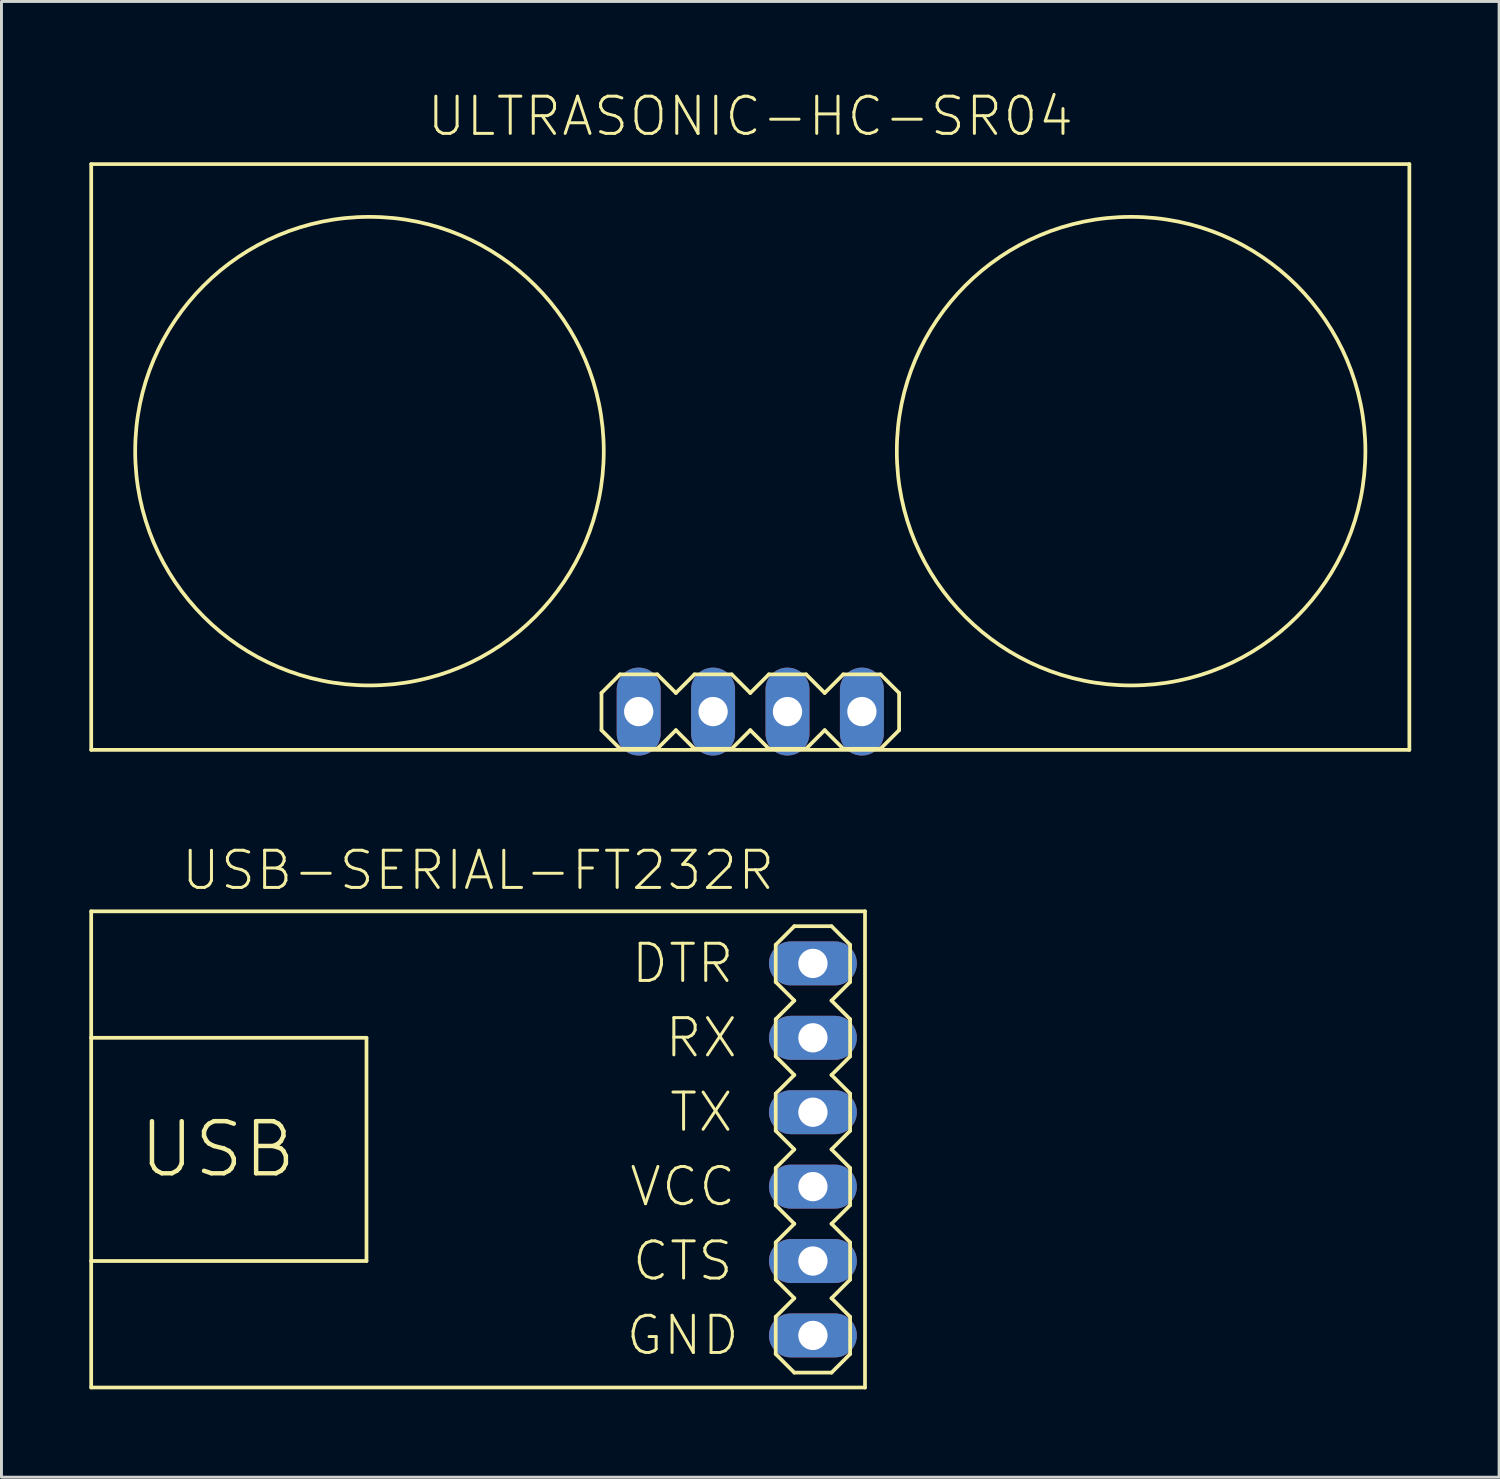
<source format=kicad_pcb>
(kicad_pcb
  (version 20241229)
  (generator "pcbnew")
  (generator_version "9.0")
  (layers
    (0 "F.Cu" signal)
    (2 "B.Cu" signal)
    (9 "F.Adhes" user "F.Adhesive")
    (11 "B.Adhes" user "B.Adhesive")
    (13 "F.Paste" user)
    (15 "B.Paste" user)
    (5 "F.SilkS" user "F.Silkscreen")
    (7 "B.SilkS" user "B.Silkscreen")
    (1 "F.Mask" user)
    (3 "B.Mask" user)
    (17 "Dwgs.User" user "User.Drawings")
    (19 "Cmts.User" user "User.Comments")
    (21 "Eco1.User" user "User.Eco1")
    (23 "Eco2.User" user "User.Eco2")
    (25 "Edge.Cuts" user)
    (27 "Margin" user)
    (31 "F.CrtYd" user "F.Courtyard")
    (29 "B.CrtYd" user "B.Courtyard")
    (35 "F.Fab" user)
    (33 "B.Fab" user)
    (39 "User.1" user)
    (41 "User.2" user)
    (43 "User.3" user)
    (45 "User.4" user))
  (footprint "ULTRASONIC-HC-SR04"
    (layer "F.Cu")
    (at 22.563 12.351)
    (property "Reference" "ULTRASONIC-HC-SR04" (at 0 -11.43 0) (layer "F.SilkS") (effects (font (size 1.27 1.27) (thickness 0.102))))
    (attr exclude_from_pos_files exclude_from_bom)
    (fp_line (start -22.499 -9.799) (end 22.499 -9.799) (stroke (width 0.127) (type solid)) (layer "F.SilkS"))
    (fp_line (start -22.499 10.198) (end -22.499 -9.799) (stroke (width 0.127) (type solid)) (layer "F.SilkS"))
    (fp_line (start -5.08 8.255) (end -4.445 7.62) (stroke (width 0.127) (type solid)) (layer "F.SilkS"))
    (fp_line (start -5.08 9.525) (end -5.08 8.255) (stroke (width 0.127) (type solid)) (layer "F.SilkS"))
    (fp_line (start -4.445 7.62) (end -3.175 7.62) (stroke (width 0.127) (type solid)) (layer "F.SilkS"))
    (fp_line (start -4.445 10.16) (end -5.08 9.525) (stroke (width 0.127) (type solid)) (layer "F.SilkS"))
    (fp_line (start -3.175 7.62) (end -2.54 8.255) (stroke (width 0.127) (type solid)) (layer "F.SilkS"))
    (fp_line (start -3.175 10.16) (end -4.445 10.16) (stroke (width 0.127) (type solid)) (layer "F.SilkS"))
    (fp_line (start -2.54 8.255) (end -1.905 7.62) (stroke (width 0.127) (type solid)) (layer "F.SilkS"))
    (fp_line (start -2.54 9.525) (end -3.175 10.16) (stroke (width 0.127) (type solid)) (layer "F.SilkS"))
    (fp_line (start -1.905 7.62) (end -0.635 7.62) (stroke (width 0.127) (type solid)) (layer "F.SilkS"))
    (fp_line (start -1.905 10.16) (end -2.54 9.525) (stroke (width 0.127) (type solid)) (layer "F.SilkS"))
    (fp_line (start -0.635 7.62) (end 0 8.255) (stroke (width 0.127) (type solid)) (layer "F.SilkS"))
    (fp_line (start -0.635 10.16) (end -1.905 10.16) (stroke (width 0.127) (type solid)) (layer "F.SilkS"))
    (fp_line (start 0 8.255) (end 0.635 7.62) (stroke (width 0.127) (type solid)) (layer "F.SilkS"))
    (fp_line (start 0 9.525) (end -0.635 10.16) (stroke (width 0.127) (type solid)) (layer "F.SilkS"))
    (fp_line (start 0.635 7.62) (end 1.905 7.62) (stroke (width 0.127) (type solid)) (layer "F.SilkS"))
    (fp_line (start 0.635 10.16) (end 0 9.525) (stroke (width 0.127) (type solid)) (layer "F.SilkS"))
    (fp_line (start 1.905 7.62) (end 2.54 8.255) (stroke (width 0.127) (type solid)) (layer "F.SilkS"))
    (fp_line (start 1.905 10.16) (end 0.635 10.16) (stroke (width 0.127) (type solid)) (layer "F.SilkS"))
    (fp_line (start 2.54 8.255) (end 3.175 7.62) (stroke (width 0.127) (type solid)) (layer "F.SilkS"))
    (fp_line (start 2.54 9.525) (end 1.905 10.16) (stroke (width 0.127) (type solid)) (layer "F.SilkS"))
    (fp_line (start 3.175 7.62) (end 4.445 7.62) (stroke (width 0.127) (type solid)) (layer "F.SilkS"))
    (fp_line (start 3.175 10.16) (end 2.54 9.525) (stroke (width 0.127) (type solid)) (layer "F.SilkS"))
    (fp_line (start 4.445 7.62) (end 5.08 8.255) (stroke (width 0.127) (type solid)) (layer "F.SilkS"))
    (fp_line (start 4.445 10.16) (end 3.175 10.16) (stroke (width 0.127) (type solid)) (layer "F.SilkS"))
    (fp_line (start 5.08 8.255) (end 5.08 9.525) (stroke (width 0.127) (type solid)) (layer "F.SilkS"))
    (fp_line (start 5.08 9.525) (end 4.445 10.16) (stroke (width 0.127) (type solid)) (layer "F.SilkS"))
    (fp_line (start 22.499 -9.799) (end 22.499 10.198) (stroke (width 0.127) (type solid)) (layer "F.SilkS"))
    (fp_line (start 22.499 10.198) (end -22.499 10.198) (stroke (width 0.127) (type solid)) (layer "F.SilkS"))
    (fp_circle (center -13 0) (end -13 -7.998) (stroke (width 0.127) (type solid)) (fill no) (layer "F.SilkS"))
    (fp_circle (center 13 0) (end 13 -7.998) (stroke (width 0.127) (type solid)) (fill no) (layer "F.SilkS"))
    (pad "1" thru_hole oval (at -3.81 8.89 180) (size 1.5 3) (drill 1) (layers "*.Cu" "*.Paste" "*.Mask"))
    (pad "2" thru_hole oval (at -1.27 8.89 180) (size 1.5 3) (drill 1) (layers "*.Cu" "*.Paste" "*.Mask"))
    (pad "3" thru_hole oval (at 1.27 8.89 180) (size 1.5 3) (drill 1) (layers "*.Cu" "*.Paste" "*.Mask"))
    (pad "4" thru_hole oval (at 3.81 8.89 180) (size 1.5 3) (drill 1) (layers "*.Cu" "*.Paste" "*.Mask")))
  (footprint "USB-SERIAL-FT232R"
    (layer "F.Cu")
    (at 13.271 36.188)
    (property "Reference" "USB-SERIAL-FT232R" (at 0 -9.525 0) (layer "F.SilkS") (effects (font (size 1.27 1.27) (thickness 0.102))))
    (attr exclude_from_pos_files exclude_from_bom)
    (fp_line (start -13.208 -8.128) (end -13.208 -3.81) (stroke (width 0.127) (type solid)) (layer "F.SilkS"))
    (fp_line (start -13.208 -8.128) (end 13.208 -8.128) (stroke (width 0.127) (type solid)) (layer "F.SilkS"))
    (fp_line (start -13.208 -3.81) (end -13.208 3.81) (stroke (width 0.127) (type solid)) (layer "F.SilkS"))
    (fp_line (start -13.208 -3.81) (end -3.81 -3.81) (stroke (width 0.127) (type solid)) (layer "F.SilkS"))
    (fp_line (start -13.208 3.81) (end -13.208 8.128) (stroke (width 0.127) (type solid)) (layer "F.SilkS"))
    (fp_line (start -3.81 -3.81) (end -3.81 3.81) (stroke (width 0.127) (type solid)) (layer "F.SilkS"))
    (fp_line (start -3.81 3.81) (end -13.208 3.81) (stroke (width 0.127) (type solid)) (layer "F.SilkS"))
    (fp_line (start 10.16 -6.985) (end 10.795 -7.62) (stroke (width 0.127) (type solid)) (layer "F.SilkS"))
    (fp_line (start 10.16 -5.715) (end 10.16 -6.985) (stroke (width 0.127) (type solid)) (layer "F.SilkS"))
    (fp_line (start 10.16 -4.445) (end 10.795 -5.08) (stroke (width 0.127) (type solid)) (layer "F.SilkS"))
    (fp_line (start 10.16 -3.175) (end 10.16 -4.445) (stroke (width 0.127) (type solid)) (layer "F.SilkS"))
    (fp_line (start 10.16 -1.905) (end 10.795 -2.54) (stroke (width 0.127) (type solid)) (layer "F.SilkS"))
    (fp_line (start 10.16 -0.635) (end 10.16 -1.905) (stroke (width 0.127) (type solid)) (layer "F.SilkS"))
    (fp_line (start 10.16 0.635) (end 10.795 0) (stroke (width 0.127) (type solid)) (layer "F.SilkS"))
    (fp_line (start 10.16 1.905) (end 10.16 0.635) (stroke (width 0.127) (type solid)) (layer "F.SilkS"))
    (fp_line (start 10.16 3.175) (end 10.16 4.445) (stroke (width 0.127) (type solid)) (layer "F.SilkS"))
    (fp_line (start 10.16 4.445) (end 10.795 5.08) (stroke (width 0.127) (type solid)) (layer "F.SilkS"))
    (fp_line (start 10.16 5.715) (end 10.16 6.985) (stroke (width 0.127) (type solid)) (layer "F.SilkS"))
    (fp_line (start 10.16 6.985) (end 10.795 7.62) (stroke (width 0.127) (type solid)) (layer "F.SilkS"))
    (fp_line (start 10.795 -7.62) (end 12.065 -7.62) (stroke (width 0.127) (type solid)) (layer "F.SilkS"))
    (fp_line (start 10.795 -5.08) (end 10.16 -5.715) (stroke (width 0.127) (type solid)) (layer "F.SilkS"))
    (fp_line (start 10.795 -2.54) (end 10.16 -3.175) (stroke (width 0.127) (type solid)) (layer "F.SilkS"))
    (fp_line (start 10.795 0) (end 10.16 -0.635) (stroke (width 0.127) (type solid)) (layer "F.SilkS"))
    (fp_line (start 10.795 2.54) (end 10.16 1.905) (stroke (width 0.127) (type solid)) (layer "F.SilkS"))
    (fp_line (start 10.795 2.54) (end 10.16 3.175) (stroke (width 0.127) (type solid)) (layer "F.SilkS"))
    (fp_line (start 10.795 5.08) (end 10.16 5.715) (stroke (width 0.127) (type solid)) (layer "F.SilkS"))
    (fp_line (start 10.795 7.62) (end 12.065 7.62) (stroke (width 0.127) (type solid)) (layer "F.SilkS"))
    (fp_line (start 12.065 -7.62) (end 12.7 -6.985) (stroke (width 0.127) (type solid)) (layer "F.SilkS"))
    (fp_line (start 12.065 -5.08) (end 12.7 -4.445) (stroke (width 0.127) (type solid)) (layer "F.SilkS"))
    (fp_line (start 12.065 -2.54) (end 12.7 -1.905) (stroke (width 0.127) (type solid)) (layer "F.SilkS"))
    (fp_line (start 12.065 0) (end 12.7 0.635) (stroke (width 0.127) (type solid)) (layer "F.SilkS"))
    (fp_line (start 12.065 5.08) (end 12.7 4.445) (stroke (width 0.127) (type solid)) (layer "F.SilkS"))
    (fp_line (start 12.065 7.62) (end 12.7 6.985) (stroke (width 0.127) (type solid)) (layer "F.SilkS"))
    (fp_line (start 12.7 -6.985) (end 12.7 -5.715) (stroke (width 0.127) (type solid)) (layer "F.SilkS"))
    (fp_line (start 12.7 -5.715) (end 12.065 -5.08) (stroke (width 0.127) (type solid)) (layer "F.SilkS"))
    (fp_line (start 12.7 -4.445) (end 12.7 -3.175) (stroke (width 0.127) (type solid)) (layer "F.SilkS"))
    (fp_line (start 12.7 -3.175) (end 12.065 -2.54) (stroke (width 0.127) (type solid)) (layer "F.SilkS"))
    (fp_line (start 12.7 -1.905) (end 12.7 -0.635) (stroke (width 0.127) (type solid)) (layer "F.SilkS"))
    (fp_line (start 12.7 -0.635) (end 12.065 0) (stroke (width 0.127) (type solid)) (layer "F.SilkS"))
    (fp_line (start 12.7 0.635) (end 12.7 1.905) (stroke (width 0.127) (type solid)) (layer "F.SilkS"))
    (fp_line (start 12.7 1.905) (end 12.065 2.54) (stroke (width 0.127) (type solid)) (layer "F.SilkS"))
    (fp_line (start 12.7 3.175) (end 12.065 2.54) (stroke (width 0.127) (type solid)) (layer "F.SilkS"))
    (fp_line (start 12.7 4.445) (end 12.7 3.175) (stroke (width 0.127) (type solid)) (layer "F.SilkS"))
    (fp_line (start 12.7 5.715) (end 12.065 5.08) (stroke (width 0.127) (type solid)) (layer "F.SilkS"))
    (fp_line (start 12.7 6.985) (end 12.7 5.715) (stroke (width 0.127) (type solid)) (layer "F.SilkS"))
    (fp_line (start 13.208 -8.128) (end 13.208 8.128) (stroke (width 0.127) (type solid)) (layer "F.SilkS"))
    (fp_line (start 13.208 8.128) (end -13.208 8.128) (stroke (width 0.127) (type solid)) (layer "F.SilkS"))
    (fp_text user "VCC" (at 6.985 1.27 0) (layer "F.SilkS") (effects (font (size 1.27 1.27) (thickness 0.102))))
    (fp_text user "TX" (at 7.62 -1.27 0) (layer "F.SilkS") (effects (font (size 1.27 1.27) (thickness 0.102))))
    (fp_text user "CTS" (at 6.985 3.81 0) (layer "F.SilkS") (effects (font (size 1.27 1.27) (thickness 0.102))))
    (fp_text user "RX" (at 7.62 -3.81 0) (layer "F.SilkS") (effects (font (size 1.27 1.27) (thickness 0.102))))
    (fp_text user "GND" (at 6.985 6.35 0) (layer "F.SilkS") (effects (font (size 1.27 1.27) (thickness 0.102))))
    (fp_text user "DTR" (at 6.985 -6.35 0) (layer "F.SilkS") (effects (font (size 1.27 1.27) (thickness 0.102))))
    (fp_text user "USB" (at -8.89 0 0) (layer "F.SilkS") (effects (font (size 1.778 1.778) (thickness 0.152))))
    (pad "1" thru_hole oval (at 11.43 -6.35) (size 3 1.5) (drill 1) (layers "*.Cu" "*.Mask"))
    (pad "2" thru_hole oval (at 11.43 -3.81) (size 3 1.5) (drill 1) (layers "*.Cu" "*.Mask"))
    (pad "3" thru_hole oval (at 11.43 -1.27) (size 3 1.5) (drill 1) (layers "*.Cu" "*.Mask"))
    (pad "4" thru_hole oval (at 11.43 1.27) (size 3 1.5) (drill 1) (layers "*.Cu" "*.Mask"))
    (pad "5" thru_hole oval (at 11.43 3.81) (size 3 1.5) (drill 1) (layers "*.Cu" "*.Mask"))
    (pad "6" thru_hole oval (at 11.43 6.35) (size 3 1.5) (drill 1) (layers "*.Cu" "*.Mask")))
  (gr_rect
    (start -3 -3)
    (end 48.126 47.379)
    (stroke (width 0.1) (type default))
    (fill no)
    (layer "Edge.Cuts")))
</source>
